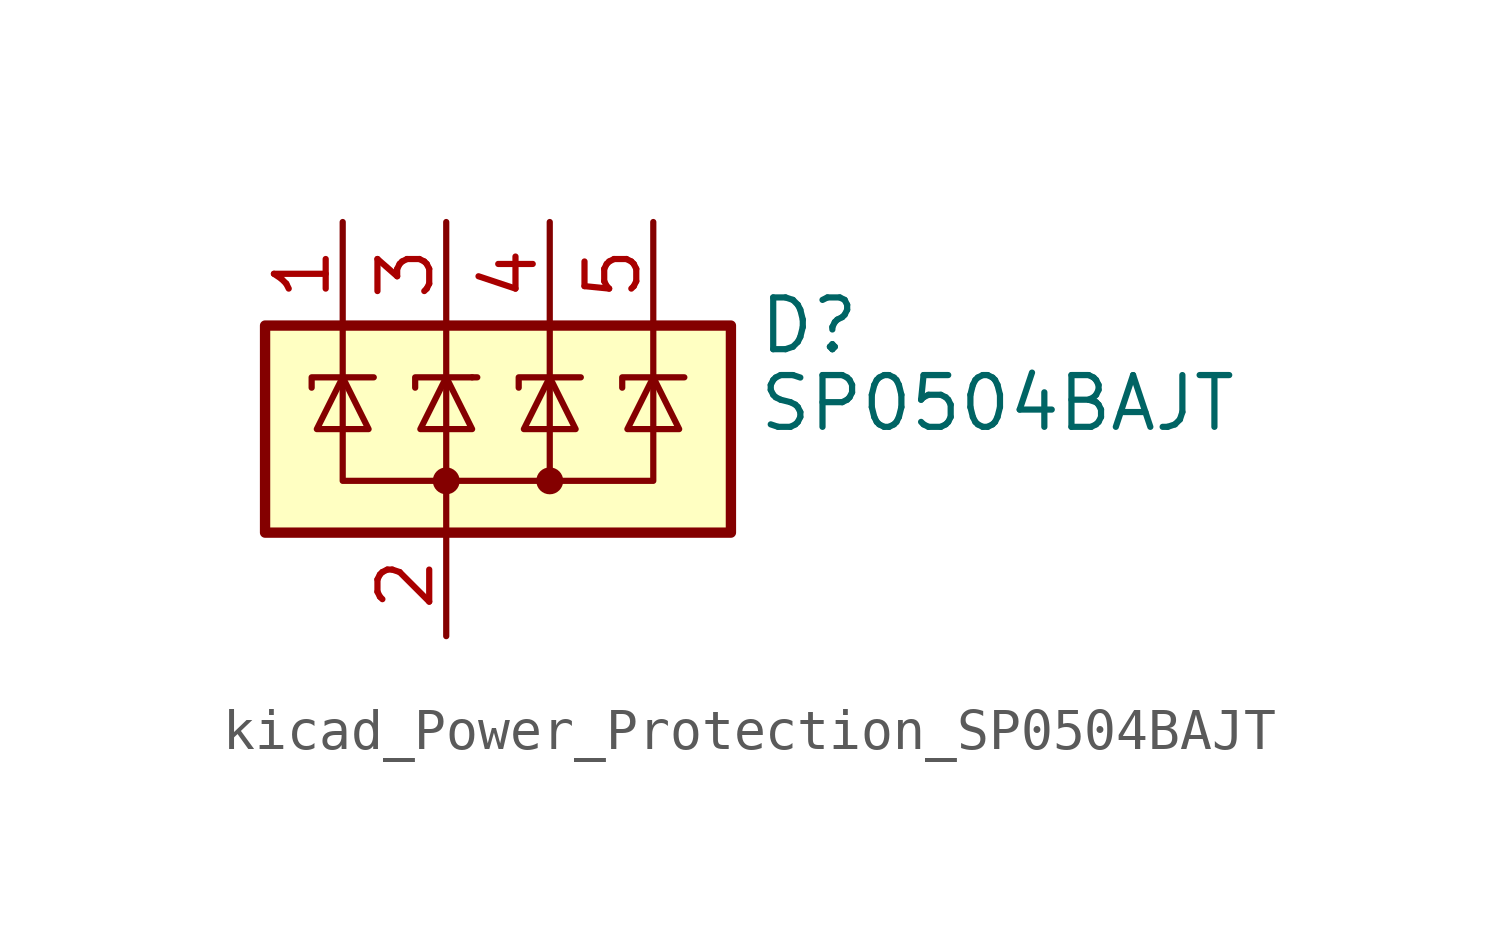
<source format=kicad_sym>
(kicad_symbol_lib
  (version 20220914)
  (generator kicad_symbol_editor)
  (symbol "kicad_Power_Protection_SP0504BAJT"
    (pin_names hide)
    (property "Reference" "D"
      (at 7.62 2.54 0)
      (effects (font (size 1.27 1.27)) (justify left)))
    (property "Value" "SP0504BAJT"
      (at 7.62 0.635 0)
      (effects (font (size 1.27 1.27)) (justify left)))
    (symbol "kicad_Power_Protection_SP0504BAJT_0_0"
      (pin passive line (at 0 -5.08 90) (length 2.54) (name "A" (effects (font (size 1.27 1.27)))) (number "2" (effects (font (size 1.27 1.27))))))
    (symbol "kicad_Power_Protection_SP0504BAJT_0_1"
      (rectangle (start -4.445 2.54) (end 6.985 -2.54) (stroke (width 0.254) (type default)) (fill (type background)))
      (circle (center 0 -1.27) (radius 0.254) (stroke (width 0) (type default)) (fill (type outline)))
      (polyline (pts (xy -2.54 2.54) (xy -2.54 1.27)) (stroke (width 0) (type default)) (fill (type none)))
      (polyline (pts (xy 0 -1.27) (xy 0 -2.54)) (stroke (width 0) (type default)) (fill (type none)))
      (polyline (pts (xy 0 -1.27) (xy 0 1.27)) (stroke (width 0) (type default)) (fill (type none)))
      (polyline (pts (xy 0 2.54) (xy 0 1.27)) (stroke (width 0) (type default)) (fill (type none)))
      (polyline (pts (xy 0.635 1.27) (xy 0.762 1.27)) (stroke (width 0) (type default)) (fill (type none)))
      (polyline (pts (xy 2.54 2.54) (xy 2.54 1.27)) (stroke (width 0) (type default)) (fill (type none)))
      (polyline (pts (xy 5.08 2.54) (xy 5.08 1.27)) (stroke (width 0) (type default)) (fill (type none)))
      (polyline (pts (xy 0.635 1.27) (xy -0.762 1.27) (xy -0.762 1.016)) (stroke (width 0) (type default)) (fill (type none)))
      (polyline (pts (xy 5.08 1.27) (xy 5.08 -1.27) (xy 2.54 -1.27)) (stroke (width 0) (type default)) (fill (type none)))
      (polyline (pts (xy -3.302 1.016) (xy -3.302 1.27) (xy -1.905 1.27) (xy -1.778 1.27)) (stroke (width 0) (type default)) (fill (type none)))
      (polyline (pts (xy -2.54 1.27) (xy -2.54 -1.27) (xy 2.54 -1.27) (xy 2.54 1.27)) (stroke (width 0) (type default)) (fill (type none)))
      (polyline (pts (xy -2.54 1.27) (xy -1.905 0) (xy -3.175 0) (xy -2.54 1.27)) (stroke (width 0) (type default)) (fill (type none)))
      (polyline (pts (xy 0.635 0) (xy -0.635 0) (xy 0 1.27) (xy 0.635 0)) (stroke (width 0) (type default)) (fill (type none)))
      (polyline (pts (xy 1.778 1.016) (xy 1.778 1.27) (xy 3.175 1.27) (xy 3.302 1.27)) (stroke (width 0) (type default)) (fill (type none)))
      (polyline (pts (xy 2.54 1.27) (xy 1.905 0) (xy 3.175 0) (xy 2.54 1.27)) (stroke (width 0) (type default)) (fill (type none)))
      (polyline (pts (xy 4.318 1.016) (xy 4.318 1.27) (xy 5.715 1.27) (xy 5.842 1.27)) (stroke (width 0) (type default)) (fill (type none)))
      (polyline (pts (xy 5.08 1.27) (xy 4.445 0) (xy 5.715 0) (xy 5.08 1.27)) (stroke (width 0) (type default)) (fill (type none)))
      (circle (center 2.54 -1.27) (radius 0.254) (stroke (width 0) (type default)) (fill (type outline))))
    (symbol "kicad_Power_Protection_SP0504BAJT_1_1"
      (pin passive line (at -2.54 5.08 270) (length 2.54) (name "K" (effects (font (size 1.27 1.27)))) (number "1" (effects (font (size 1.27 1.27)))))
      (pin passive line (at 0 5.08 270) (length 2.54) (name "K" (effects (font (size 1.27 1.27)))) (number "3" (effects (font (size 1.27 1.27)))))
      (pin passive line (at 2.54 5.08 270) (length 2.54) (name "K" (effects (font (size 1.27 1.27)))) (number "4" (effects (font (size 1.27 1.27)))))
      (pin passive line (at 5.08 5.08 270) (length 2.54) (name "K" (effects (font (size 1.27 1.27)))) (number "5" (effects (font (size 1.27 1.27))))))))
</source>
